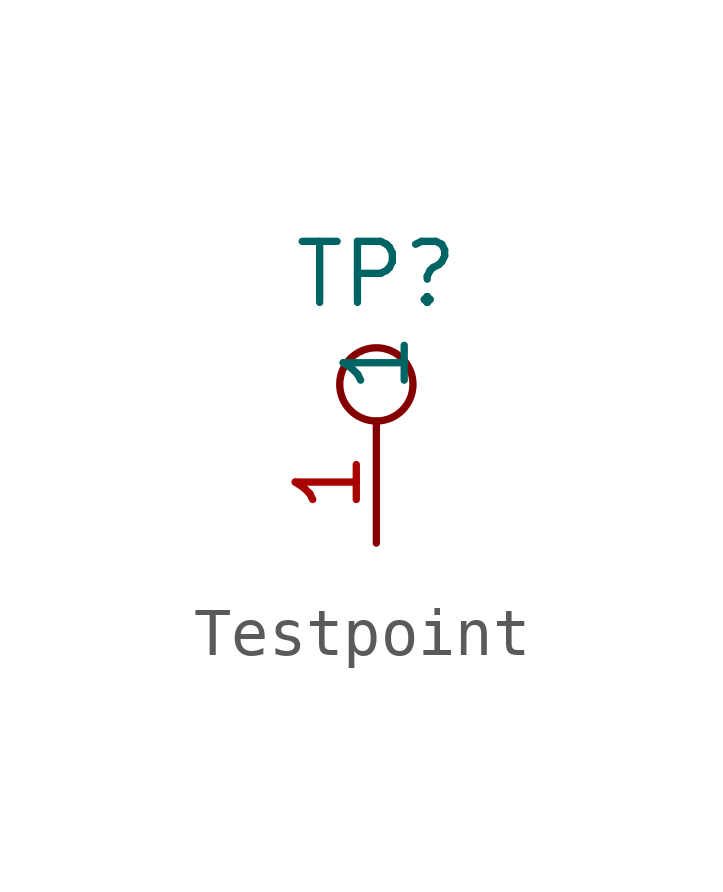
<source format=kicad_sym>
(kicad_symbol_lib
  (version 20241209)
  (generator "kicad_symbol_editor")
  (generator_version "9.0")
  (symbol "Testpoint"
    (property "Reference" "TP"
      (at 0 5.588 0)
      (effects (font (size 1.27 1.27))))
    (property "Value" ""
      (at 0 0 0)
      (effects (font (size 1.27 1.27))))
    (symbol "Testpoint_0_1"
      (circle (center 0 3.302) (radius 0.762) (stroke (width 0) (type default)) (fill (type none))))
    (symbol "Testpoint_1_1"
      (pin passive line (at 0 0 90) (length 2.54) (name "1" (effects (font (size 1.27 1.27)))) (number "1" (effects (font (size 1.27 1.27))))))))
</source>
